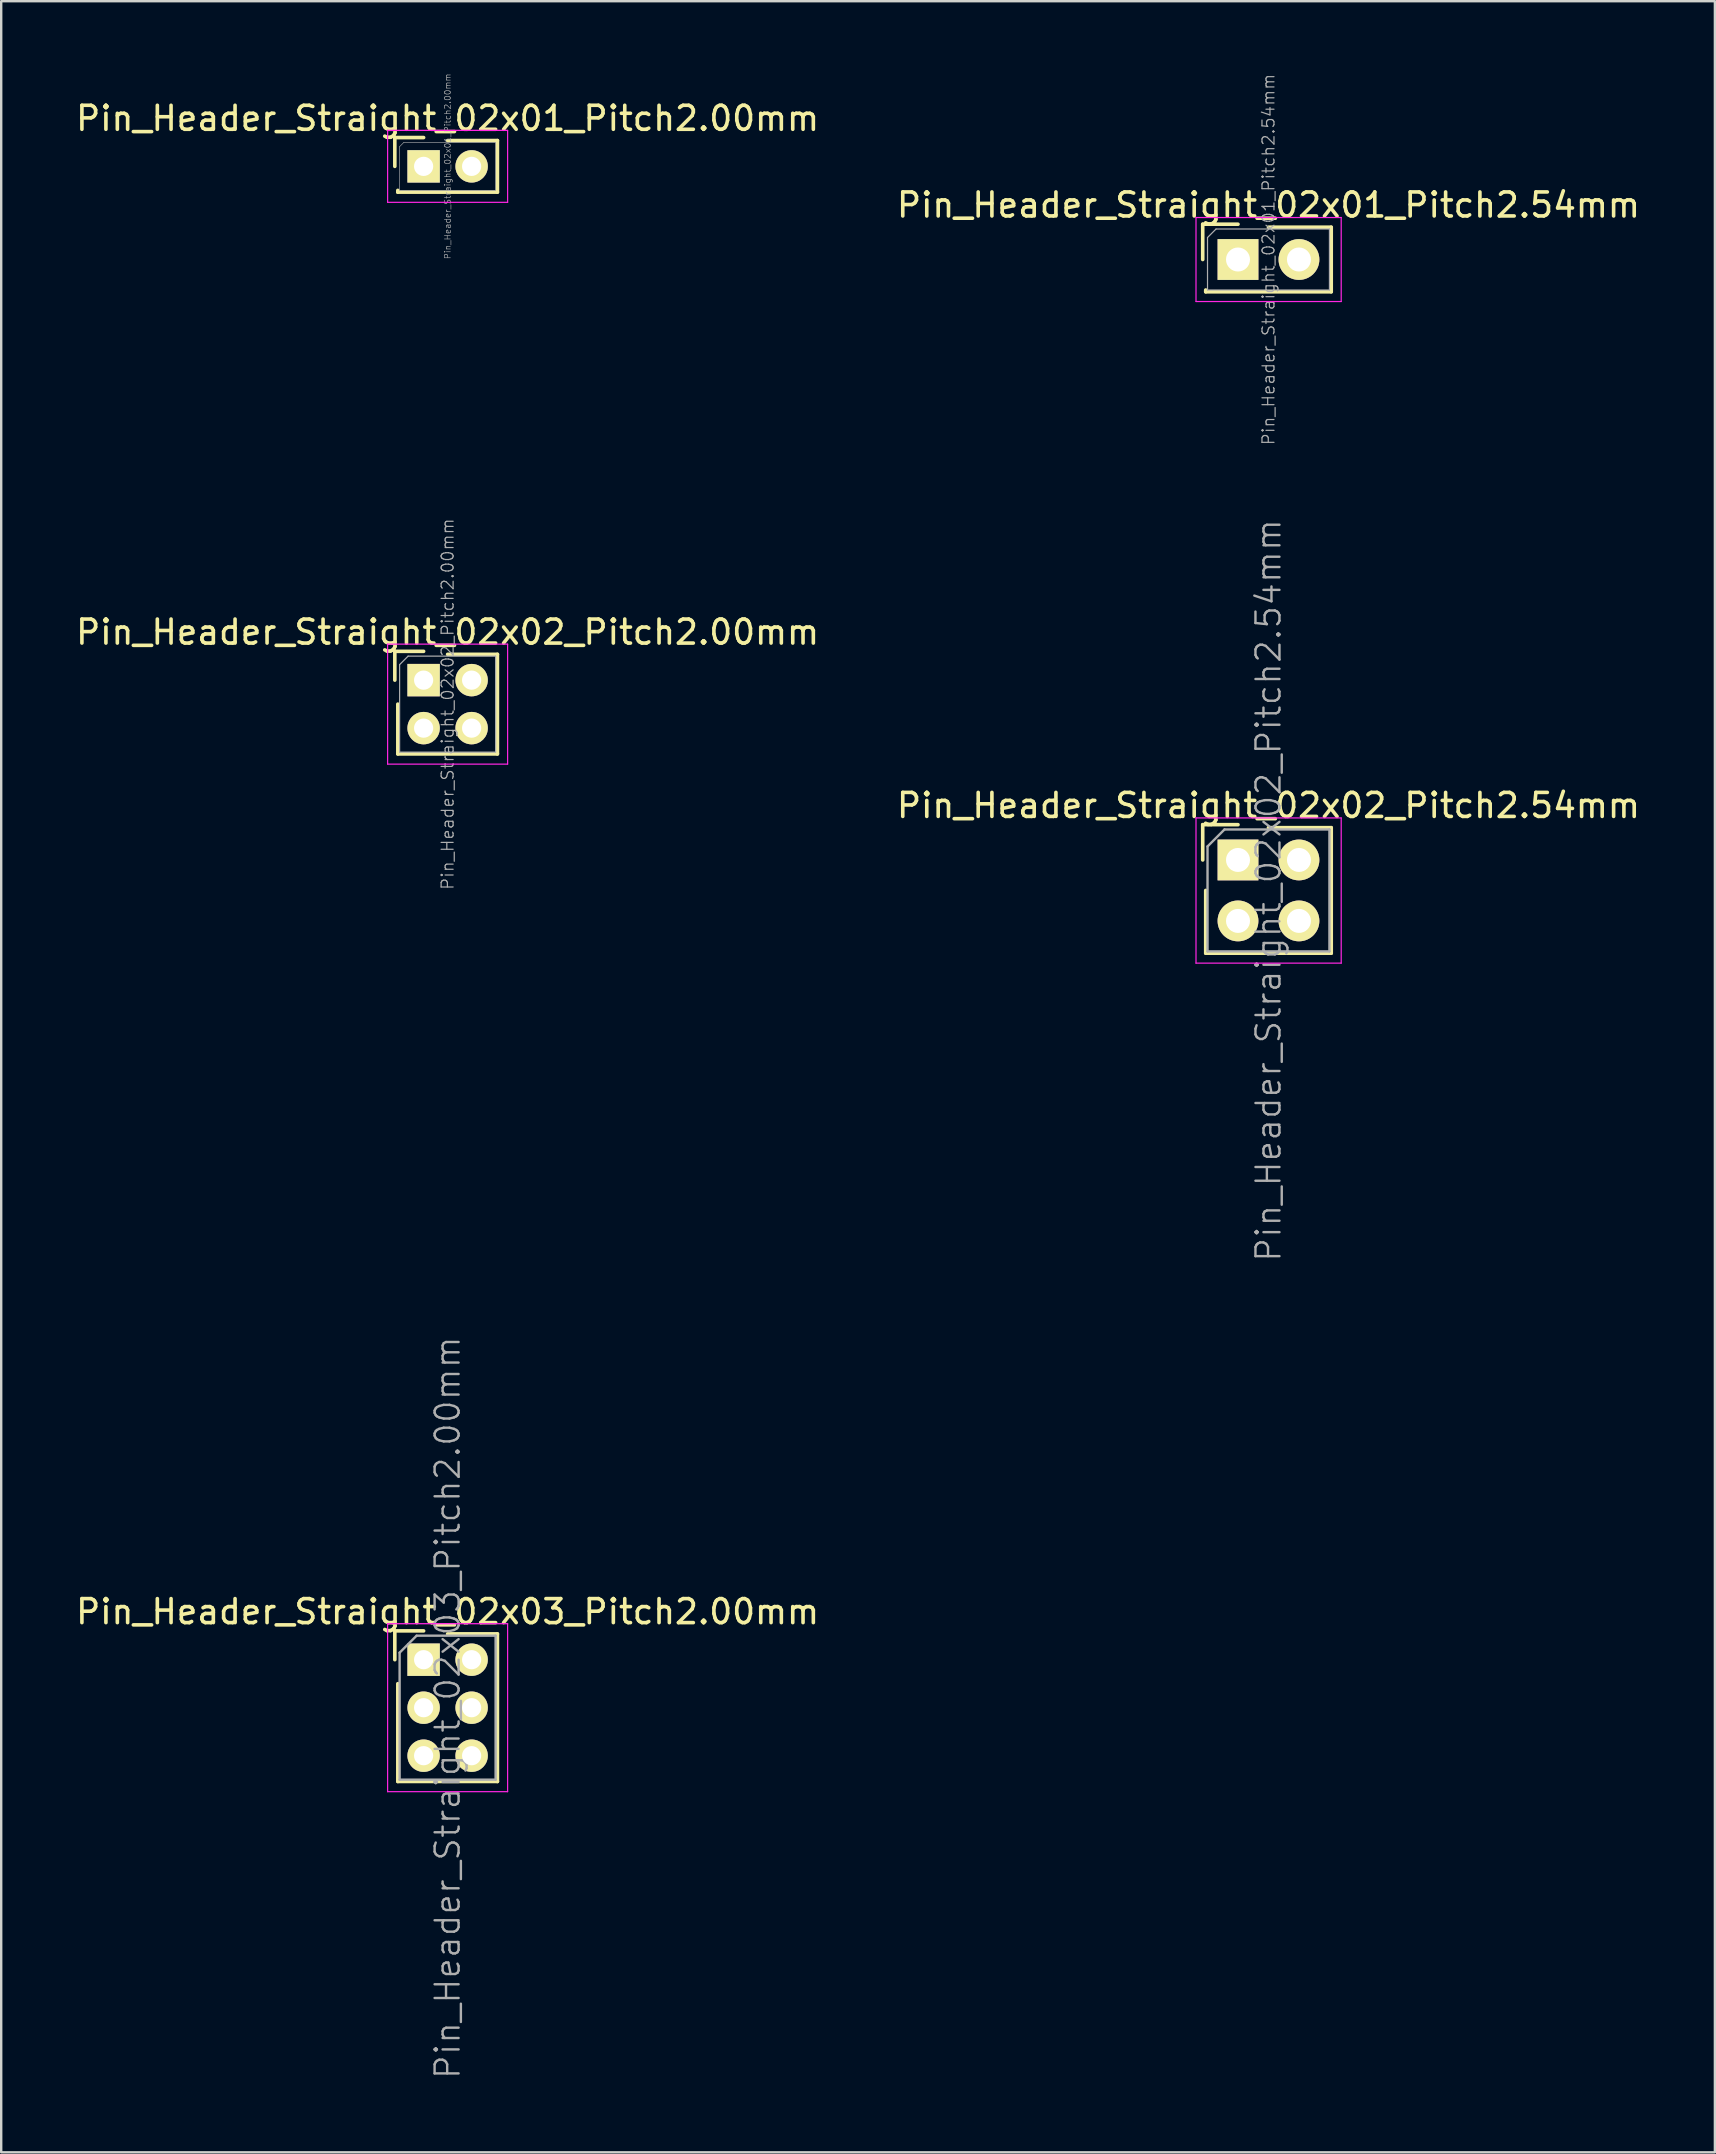
<source format=kicad_pcb>
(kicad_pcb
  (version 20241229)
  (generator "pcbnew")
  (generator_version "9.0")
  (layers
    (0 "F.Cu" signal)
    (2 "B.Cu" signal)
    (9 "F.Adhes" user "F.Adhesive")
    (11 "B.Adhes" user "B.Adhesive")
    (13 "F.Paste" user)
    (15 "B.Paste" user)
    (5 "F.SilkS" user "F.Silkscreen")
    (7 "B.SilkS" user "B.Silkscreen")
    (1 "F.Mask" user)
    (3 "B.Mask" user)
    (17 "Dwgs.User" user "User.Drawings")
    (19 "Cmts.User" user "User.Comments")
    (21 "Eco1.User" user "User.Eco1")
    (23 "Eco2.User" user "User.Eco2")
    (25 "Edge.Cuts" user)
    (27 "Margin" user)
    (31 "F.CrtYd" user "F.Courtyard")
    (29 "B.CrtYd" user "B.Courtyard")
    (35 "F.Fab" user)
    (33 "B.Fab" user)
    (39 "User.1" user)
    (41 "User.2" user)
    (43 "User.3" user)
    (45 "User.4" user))
  (footprint "Pin_Header_Straight_02x01_Pitch2.00mm"
    (layer "F.Cu")
    (at 14.601 3.882)
    (property "Reference" "Pin_Header_Straight_02x01_Pitch2.00mm" (at 1 -2 0) (layer "F.SilkS") (effects (font (size 1 1) (thickness 0.15))))
    (attr smd)
    (fp_line (start -1.2 -1.2) (end -1.2 0) (stroke (width 0.15) (type solid)) (layer "F.SilkS"))
    (fp_line (start -1.2 -1.2) (end 0 -1.2) (stroke (width 0.15) (type solid)) (layer "F.SilkS"))
    (fp_line (start -1.075 1) (end -1.075 1.075) (stroke (width 0.15) (type solid)) (layer "F.SilkS"))
    (fp_line (start -1.075 1.075) (end 3.075 1.075) (stroke (width 0.15) (type solid)) (layer "F.SilkS"))
    (fp_line (start 1 -1.075) (end 3.075 -1.075) (stroke (width 0.15) (type solid)) (layer "F.SilkS"))
    (fp_line (start 3.075 -1.075) (end 3.075 1.075) (stroke (width 0.15) (type solid)) (layer "F.SilkS"))
    (fp_line (start -1.5 -1.5) (end -1.5 1.5) (stroke (width 0.05) (type solid)) (layer "F.CrtYd"))
    (fp_line (start 3.5 -1.5) (end -1.5 -1.5) (stroke (width 0.05) (type solid)) (layer "F.CrtYd"))
    (fp_line (start 3.5 -1.5) (end 3.5 1.5) (stroke (width 0.05) (type solid)) (layer "F.CrtYd"))
    (fp_line (start 3.5 1.5) (end -1.5 1.5) (stroke (width 0.05) (type solid)) (layer "F.CrtYd"))
    (fp_line (start -1 -0.823) (end -0.823 -1) (stroke (width 0.025) (type solid)) (layer "F.Fab"))
    (fp_line (start -1 1) (end -1 -0.823) (stroke (width 0.025) (type solid)) (layer "F.Fab"))
    (fp_line (start 3 -1) (end -0.823 -1) (stroke (width 0.025) (type solid)) (layer "F.Fab"))
    (fp_line (start 3 1) (end -1 1) (stroke (width 0.025) (type solid)) (layer "F.Fab"))
    (fp_line (start 3 1) (end 3 -1) (stroke (width 0.025) (type solid)) (layer "F.Fab"))
    (fp_text user "${REFERENCE}" (at 1 0 90) (layer "F.Fab") (effects (font (size 0.25 0.25) (thickness 0.025))))
    (pad "1" thru_hole rect (at 0 0) (size 1.35 1.35) (drill 0.8) (layers "*.Cu" "*.Mask" "F.SilkS"))
    (pad "2" thru_hole oval (at 2 0) (size 1.35 1.35) (drill 0.8) (layers "*.Cu" "*.Mask" "F.SilkS")))
  (footprint "Pin_Header_Straight_02x01_Pitch2.54mm"
    (layer "F.Cu")
    (at 48.534 7.763)
    (property "Reference" "Pin_Header_Straight_02x01_Pitch2.54mm" (at 1.27 -2.27 0) (layer "F.SilkS") (effects (font (size 1 1) (thickness 0.15))))
    (attr smd)
    (fp_line (start -1.47 -1.47) (end -1.47 0) (stroke (width 0.15) (type solid)) (layer "F.SilkS"))
    (fp_line (start -1.47 -1.47) (end 0 -1.47) (stroke (width 0.15) (type solid)) (layer "F.SilkS"))
    (fp_line (start -1.345 1.27) (end -1.345 1.345) (stroke (width 0.15) (type solid)) (layer "F.SilkS"))
    (fp_line (start -1.345 1.345) (end 3.885 1.345) (stroke (width 0.15) (type solid)) (layer "F.SilkS"))
    (fp_line (start 1.27 -1.345) (end 3.885 -1.345) (stroke (width 0.15) (type solid)) (layer "F.SilkS"))
    (fp_line (start 3.885 -1.345) (end 3.885 1.345) (stroke (width 0.15) (type solid)) (layer "F.SilkS"))
    (fp_line (start -1.75 -1.75) (end -1.75 1.75) (stroke (width 0.05) (type solid)) (layer "F.CrtYd"))
    (fp_line (start 4.3 -1.75) (end -1.75 -1.75) (stroke (width 0.05) (type solid)) (layer "F.CrtYd"))
    (fp_line (start 4.3 -1.75) (end 4.3 1.75) (stroke (width 0.05) (type solid)) (layer "F.CrtYd"))
    (fp_line (start 4.3 1.75) (end -1.75 1.75) (stroke (width 0.05) (type solid)) (layer "F.CrtYd"))
    (fp_line (start -1.27 -0.916) (end -0.916 -1.27) (stroke (width 0.05) (type solid)) (layer "F.Fab"))
    (fp_line (start -1.27 1.27) (end -1.27 -0.916) (stroke (width 0.05) (type solid)) (layer "F.Fab"))
    (fp_line (start 3.81 -1.27) (end -0.916 -1.27) (stroke (width 0.05) (type solid)) (layer "F.Fab"))
    (fp_line (start 3.81 1.27) (end -1.27 1.27) (stroke (width 0.05) (type solid)) (layer "F.Fab"))
    (fp_line (start 3.81 1.27) (end 3.81 -1.27) (stroke (width 0.05) (type solid)) (layer "F.Fab"))
    (fp_text user "${REFERENCE}" (at 1.27 0 90) (layer "F.Fab") (effects (font (size 0.5 0.5) (thickness 0.05))))
    (pad "1" thru_hole rect (at 0 0) (size 1.7 1.7) (drill 1) (layers "*.Cu" "*.Mask" "F.SilkS"))
    (pad "2" thru_hole oval (at 2.54 0) (size 1.7 1.7) (drill 1) (layers "*.Cu" "*.Mask" "F.SilkS")))
  (footprint "Pin_Header_Straight_02x02_Pitch2.00mm"
    (layer "F.Cu")
    (at 14.601 25.289)
    (property "Reference" "Pin_Header_Straight_02x02_Pitch2.00mm" (at 1 -2 0) (layer "F.SilkS") (effects (font (size 1 1) (thickness 0.15))))
    (attr smd)
    (fp_line (start -1.2 -1.2) (end -1.2 0) (stroke (width 0.15) (type solid)) (layer "F.SilkS"))
    (fp_line (start -1.2 -1.2) (end 0 -1.2) (stroke (width 0.15) (type solid)) (layer "F.SilkS"))
    (fp_line (start -1.075 1) (end -1.075 3.075) (stroke (width 0.15) (type solid)) (layer "F.SilkS"))
    (fp_line (start -1.075 3.075) (end 3.075 3.075) (stroke (width 0.15) (type solid)) (layer "F.SilkS"))
    (fp_line (start 1 -1.075) (end 3.075 -1.075) (stroke (width 0.15) (type solid)) (layer "F.SilkS"))
    (fp_line (start 3.075 -1.075) (end 3.075 3.075) (stroke (width 0.15) (type solid)) (layer "F.SilkS"))
    (fp_line (start -1.5 -1.5) (end -1.5 3.5) (stroke (width 0.05) (type solid)) (layer "F.CrtYd"))
    (fp_line (start 3.5 -1.5) (end -1.5 -1.5) (stroke (width 0.05) (type solid)) (layer "F.CrtYd"))
    (fp_line (start 3.5 -1.5) (end 3.5 3.5) (stroke (width 0.05) (type solid)) (layer "F.CrtYd"))
    (fp_line (start 3.5 3.5) (end -1.5 3.5) (stroke (width 0.05) (type solid)) (layer "F.CrtYd"))
    (fp_line (start -1 -0.646) (end -0.646 -1) (stroke (width 0.05) (type solid)) (layer "F.Fab"))
    (fp_line (start -1 3) (end -1 -0.646) (stroke (width 0.05) (type solid)) (layer "F.Fab"))
    (fp_line (start 3 -1) (end -0.646 -1) (stroke (width 0.05) (type solid)) (layer "F.Fab"))
    (fp_line (start 3 3) (end -1 3) (stroke (width 0.05) (type solid)) (layer "F.Fab"))
    (fp_line (start 3 3) (end 3 -1) (stroke (width 0.05) (type solid)) (layer "F.Fab"))
    (fp_text user "${REFERENCE}" (at 1 1 90) (layer "F.Fab") (effects (font (size 0.5 0.5) (thickness 0.05))))
    (pad "1" thru_hole rect (at 0 0) (size 1.35 1.35) (drill 0.8) (layers "*.Cu" "*.Mask" "F.SilkS"))
    (pad "2" thru_hole oval (at 2 0) (size 1.35 1.35) (drill 0.8) (layers "*.Cu" "*.Mask" "F.SilkS"))
    (pad "3" thru_hole oval (at 0 2) (size 1.35 1.35) (drill 0.8) (layers "*.Cu" "*.Mask" "F.SilkS"))
    (pad "4" thru_hole oval (at 2 2) (size 1.35 1.35) (drill 0.8) (layers "*.Cu" "*.Mask" "F.SilkS")))
  (footprint "Pin_Header_Straight_02x03_Pitch2.00mm"
    (layer "F.Cu")
    (at 14.601 66.105)
    (property "Reference" "Pin_Header_Straight_02x03_Pitch2.00mm" (at 1 -2 0) (layer "F.SilkS") (effects (font (size 1 1) (thickness 0.15))))
    (attr smd)
    (fp_line (start -1.2 -1.2) (end -1.2 0) (stroke (width 0.15) (type solid)) (layer "F.SilkS"))
    (fp_line (start -1.2 -1.2) (end 0 -1.2) (stroke (width 0.15) (type solid)) (layer "F.SilkS"))
    (fp_line (start -1.075 1) (end -1.075 5.075) (stroke (width 0.15) (type solid)) (layer "F.SilkS"))
    (fp_line (start -1.075 5.075) (end 3.075 5.075) (stroke (width 0.15) (type solid)) (layer "F.SilkS"))
    (fp_line (start 1 -1.075) (end 3.075 -1.075) (stroke (width 0.15) (type solid)) (layer "F.SilkS"))
    (fp_line (start 3.075 -1.075) (end 3.075 5.075) (stroke (width 0.15) (type solid)) (layer "F.SilkS"))
    (fp_line (start -1.5 -1.5) (end -1.5 5.5) (stroke (width 0.05) (type solid)) (layer "F.CrtYd"))
    (fp_line (start 3.5 -1.5) (end -1.5 -1.5) (stroke (width 0.05) (type solid)) (layer "F.CrtYd"))
    (fp_line (start 3.5 -1.5) (end 3.5 5.5) (stroke (width 0.05) (type solid)) (layer "F.CrtYd"))
    (fp_line (start 3.5 5.5) (end -1.5 5.5) (stroke (width 0.05) (type solid)) (layer "F.CrtYd"))
    (fp_line (start -1 -0.293) (end -0.293 -1) (stroke (width 0.1) (type solid)) (layer "F.Fab"))
    (fp_line (start -1 5) (end -1 -0.293) (stroke (width 0.1) (type solid)) (layer "F.Fab"))
    (fp_line (start 3 -1) (end -0.293 -1) (stroke (width 0.1) (type solid)) (layer "F.Fab"))
    (fp_line (start 3 5) (end -1 5) (stroke (width 0.1) (type solid)) (layer "F.Fab"))
    (fp_line (start 3 5) (end 3 -1) (stroke (width 0.1) (type solid)) (layer "F.Fab"))
    (fp_text user "${REFERENCE}" (at 1 2 90) (layer "F.Fab") (effects (font (size 1 1) (thickness 0.1))))
    (pad "1" thru_hole rect (at 0 0) (size 1.35 1.35) (drill 0.8) (layers "*.Cu" "*.Mask" "F.SilkS"))
    (pad "2" thru_hole oval (at 2 0) (size 1.35 1.35) (drill 0.8) (layers "*.Cu" "*.Mask" "F.SilkS"))
    (pad "3" thru_hole oval (at 0 2) (size 1.35 1.35) (drill 0.8) (layers "*.Cu" "*.Mask" "F.SilkS"))
    (pad "4" thru_hole oval (at 2 2) (size 1.35 1.35) (drill 0.8) (layers "*.Cu" "*.Mask" "F.SilkS"))
    (pad "5" thru_hole oval (at 0 4) (size 1.35 1.35) (drill 0.8) (layers "*.Cu" "*.Mask" "F.SilkS"))
    (pad "6" thru_hole oval (at 2 4) (size 1.35 1.35) (drill 0.8) (layers "*.Cu" "*.Mask" "F.SilkS")))
  (footprint "Pin_Header_Straight_02x02_Pitch2.54mm"
    (layer "F.Cu")
    (at 48.534 32.782)
    (property "Reference" "Pin_Header_Straight_02x02_Pitch2.54mm" (at 1.27 -2.27 0) (layer "F.SilkS") (effects (font (size 1 1) (thickness 0.15))))
    (attr smd)
    (fp_line (start -1.47 -1.47) (end -1.47 0) (stroke (width 0.15) (type solid)) (layer "F.SilkS"))
    (fp_line (start -1.47 -1.47) (end 0 -1.47) (stroke (width 0.15) (type solid)) (layer "F.SilkS"))
    (fp_line (start -1.345 1.27) (end -1.345 3.885) (stroke (width 0.15) (type solid)) (layer "F.SilkS"))
    (fp_line (start -1.345 3.885) (end 3.885 3.885) (stroke (width 0.15) (type solid)) (layer "F.SilkS"))
    (fp_line (start 1.27 -1.345) (end 3.885 -1.345) (stroke (width 0.15) (type solid)) (layer "F.SilkS"))
    (fp_line (start 3.885 -1.345) (end 3.885 3.885) (stroke (width 0.15) (type solid)) (layer "F.SilkS"))
    (fp_line (start -1.75 -1.75) (end -1.75 4.3) (stroke (width 0.05) (type solid)) (layer "F.CrtYd"))
    (fp_line (start 4.3 -1.75) (end -1.75 -1.75) (stroke (width 0.05) (type solid)) (layer "F.CrtYd"))
    (fp_line (start 4.3 -1.75) (end 4.3 4.3) (stroke (width 0.05) (type solid)) (layer "F.CrtYd"))
    (fp_line (start 4.3 4.3) (end -1.75 4.3) (stroke (width 0.05) (type solid)) (layer "F.CrtYd"))
    (fp_line (start -1.27 -0.563) (end -0.563 -1.27) (stroke (width 0.1) (type solid)) (layer "F.Fab"))
    (fp_line (start -1.27 3.81) (end -1.27 -0.563) (stroke (width 0.1) (type solid)) (layer "F.Fab"))
    (fp_line (start 3.81 -1.27) (end -0.563 -1.27) (stroke (width 0.1) (type solid)) (layer "F.Fab"))
    (fp_line (start 3.81 3.81) (end -1.27 3.81) (stroke (width 0.1) (type solid)) (layer "F.Fab"))
    (fp_line (start 3.81 3.81) (end 3.81 -1.27) (stroke (width 0.1) (type solid)) (layer "F.Fab"))
    (fp_text user "${REFERENCE}" (at 1.27 1.27 90) (layer "F.Fab") (effects (font (size 1 1) (thickness 0.1))))
    (pad "1" thru_hole rect (at 0 0) (size 1.7 1.7) (drill 1) (layers "*.Cu" "*.Mask" "F.SilkS"))
    (pad "2" thru_hole oval (at 2.54 0) (size 1.7 1.7) (drill 1) (layers "*.Cu" "*.Mask" "F.SilkS"))
    (pad "3" thru_hole oval (at 0 2.54) (size 1.7 1.7) (drill 1) (layers "*.Cu" "*.Mask" "F.SilkS"))
    (pad "4" thru_hole oval (at 2.54 2.54) (size 1.7 1.7) (drill 1) (layers "*.Cu" "*.Mask" "F.SilkS")))
  (gr_rect
    (start -3 -3)
    (end 68.405 86.631)
    (stroke (width 0.1) (type default))
    (fill no)
    (layer "Edge.Cuts")))
</source>
